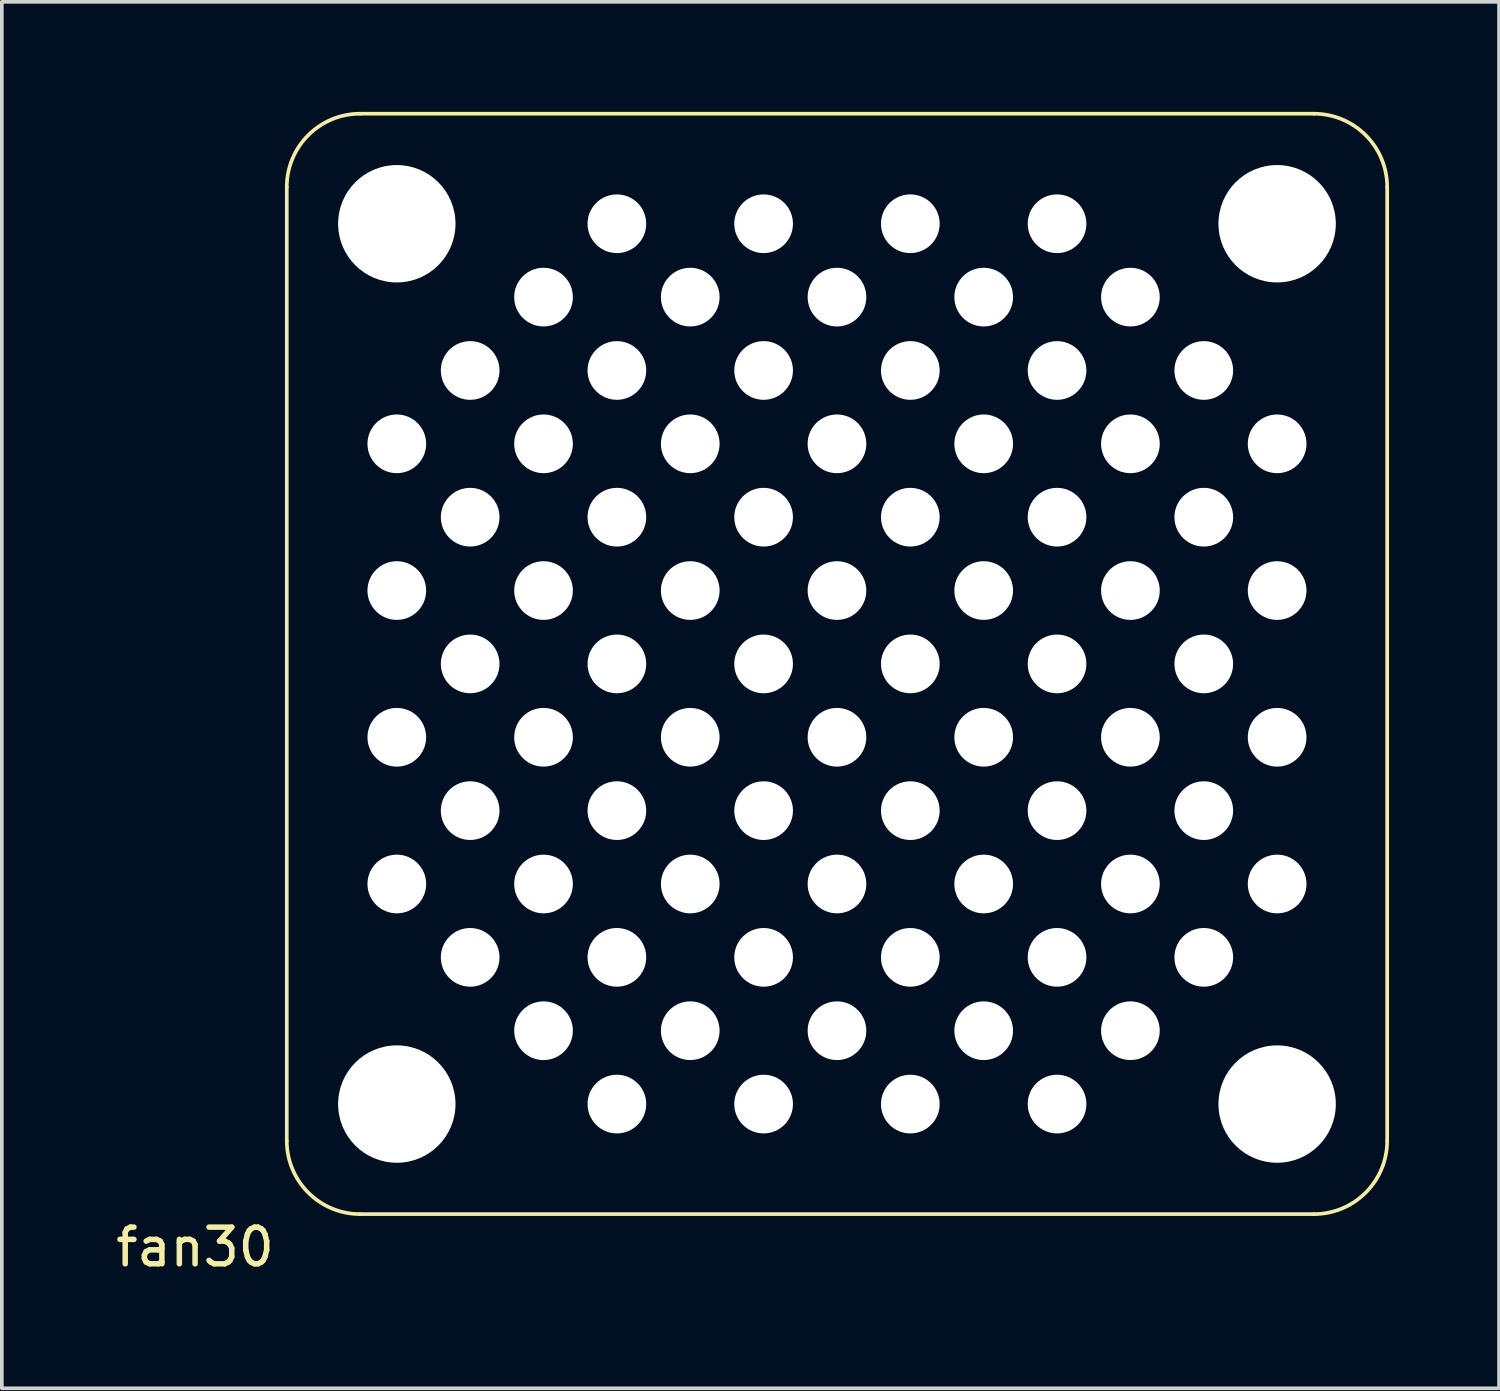
<source format=kicad_pcb>
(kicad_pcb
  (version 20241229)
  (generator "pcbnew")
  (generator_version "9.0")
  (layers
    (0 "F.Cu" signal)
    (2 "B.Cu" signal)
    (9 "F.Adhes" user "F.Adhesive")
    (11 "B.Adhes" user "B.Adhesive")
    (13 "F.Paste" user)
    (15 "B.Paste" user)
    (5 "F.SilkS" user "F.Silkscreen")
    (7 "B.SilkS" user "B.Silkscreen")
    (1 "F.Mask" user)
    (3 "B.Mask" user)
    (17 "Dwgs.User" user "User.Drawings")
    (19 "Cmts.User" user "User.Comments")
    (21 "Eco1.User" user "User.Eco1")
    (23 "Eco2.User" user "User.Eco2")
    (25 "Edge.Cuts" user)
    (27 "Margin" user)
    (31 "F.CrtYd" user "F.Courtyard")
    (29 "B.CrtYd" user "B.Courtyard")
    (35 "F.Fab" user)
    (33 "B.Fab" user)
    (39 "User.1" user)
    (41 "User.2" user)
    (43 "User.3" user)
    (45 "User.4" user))
  (footprint "fan30"
    (layer "F.Cu")
    (at 7.768 27.05)
    (property "Reference" "fan30" (at -5.5 3.9 0) (layer "F.SilkS") (effects (font (size 1 1) (thickness 0.15))))
    (attr through_hole)
    (fp_line (start -3 -25) (end -3 1) (stroke (width 0.1) (type solid)) (layer "F.SilkS"))
    (fp_line (start -1 3) (end 25 3) (stroke (width 0.1) (type solid)) (layer "F.SilkS"))
    (fp_line (start 25 -27) (end -1 -27) (stroke (width 0.1) (type solid)) (layer "F.SilkS"))
    (fp_line (start 27 1) (end 27 -25) (stroke (width 0.1) (type solid)) (layer "F.SilkS"))
    (fp_arc (start -3 -25) (mid -2.414214 -26.414214) (end -1 -27) (stroke (width 0.1) (type solid)) (layer "F.SilkS"))
    (fp_arc (start -1 3) (mid -2.414214 2.414214) (end -3 1) (stroke (width 0.1) (type solid)) (layer "F.SilkS"))
    (fp_arc (start 25 -27) (mid 26.414214 -26.414214) (end 27 -25) (stroke (width 0.1) (type solid)) (layer "F.SilkS"))
    (fp_arc (start 27 1) (mid 26.414214 2.414214) (end 25 3) (stroke (width 0.1) (type solid)) (layer "F.SilkS"))
    (pad "" np_thru_hole circle (at 0 -24) (size 3.2 3.2) (drill 3.2) (layers "*.Cu" "*.Mask"))
    (pad "" np_thru_hole circle (at 0 -18) (size 1.6 1.6) (drill 1.6) (layers "*.Cu" "*.Mask"))
    (pad "" np_thru_hole circle (at 0 -14) (size 1.6 1.6) (drill 1.6) (layers "*.Cu" "*.Mask"))
    (pad "" np_thru_hole circle (at 0 -10) (size 1.6 1.6) (drill 1.6) (layers "*.Cu" "*.Mask"))
    (pad "" np_thru_hole circle (at 0 -6) (size 1.6 1.6) (drill 1.6) (layers "*.Cu" "*.Mask"))
    (pad "" np_thru_hole circle (at 0 0) (size 3.2 3.2) (drill 3.2) (layers "*.Cu" "*.Mask"))
    (pad "" np_thru_hole circle (at 2 -20) (size 1.6 1.6) (drill 1.6) (layers "*.Cu" "*.Mask"))
    (pad "" np_thru_hole circle (at 2 -16) (size 1.6 1.6) (drill 1.6) (layers "*.Cu" "*.Mask"))
    (pad "" np_thru_hole circle (at 2 -12) (size 1.6 1.6) (drill 1.6) (layers "*.Cu" "*.Mask"))
    (pad "" np_thru_hole circle (at 2 -8) (size 1.6 1.6) (drill 1.6) (layers "*.Cu" "*.Mask"))
    (pad "" np_thru_hole circle (at 2 -4) (size 1.6 1.6) (drill 1.6) (layers "*.Cu" "*.Mask"))
    (pad "" np_thru_hole circle (at 4 -22) (size 1.6 1.6) (drill 1.6) (layers "*.Cu" "*.Mask"))
    (pad "" np_thru_hole circle (at 4 -18) (size 1.6 1.6) (drill 1.6) (layers "*.Cu" "*.Mask"))
    (pad "" np_thru_hole circle (at 4 -14) (size 1.6 1.6) (drill 1.6) (layers "*.Cu" "*.Mask"))
    (pad "" np_thru_hole circle (at 4 -10) (size 1.6 1.6) (drill 1.6) (layers "*.Cu" "*.Mask"))
    (pad "" np_thru_hole circle (at 4 -6) (size 1.6 1.6) (drill 1.6) (layers "*.Cu" "*.Mask"))
    (pad "" np_thru_hole circle (at 4 -2) (size 1.6 1.6) (drill 1.6) (layers "*.Cu" "*.Mask"))
    (pad "" np_thru_hole circle (at 6 -24) (size 1.6 1.6) (drill 1.6) (layers "*.Cu" "*.Mask"))
    (pad "" np_thru_hole circle (at 6 -20) (size 1.6 1.6) (drill 1.6) (layers "*.Cu" "*.Mask"))
    (pad "" np_thru_hole circle (at 6 -16) (size 1.6 1.6) (drill 1.6) (layers "*.Cu" "*.Mask"))
    (pad "" np_thru_hole circle (at 6 -12) (size 1.6 1.6) (drill 1.6) (layers "*.Cu" "*.Mask"))
    (pad "" np_thru_hole circle (at 6 -8) (size 1.6 1.6) (drill 1.6) (layers "*.Cu" "*.Mask"))
    (pad "" np_thru_hole circle (at 6 -4) (size 1.6 1.6) (drill 1.6) (layers "*.Cu" "*.Mask"))
    (pad "" np_thru_hole circle (at 6 0) (size 1.6 1.6) (drill 1.6) (layers "*.Cu" "*.Mask"))
    (pad "" np_thru_hole circle (at 8 -22) (size 1.6 1.6) (drill 1.6) (layers "*.Cu" "*.Mask"))
    (pad "" np_thru_hole circle (at 8 -18) (size 1.6 1.6) (drill 1.6) (layers "*.Cu" "*.Mask"))
    (pad "" np_thru_hole circle (at 8 -14) (size 1.6 1.6) (drill 1.6) (layers "*.Cu" "*.Mask"))
    (pad "" np_thru_hole circle (at 8 -10) (size 1.6 1.6) (drill 1.6) (layers "*.Cu" "*.Mask"))
    (pad "" np_thru_hole circle (at 8 -6) (size 1.6 1.6) (drill 1.6) (layers "*.Cu" "*.Mask"))
    (pad "" np_thru_hole circle (at 8 -2) (size 1.6 1.6) (drill 1.6) (layers "*.Cu" "*.Mask"))
    (pad "" np_thru_hole circle (at 10 -24) (size 1.6 1.6) (drill 1.6) (layers "*.Cu" "*.Mask"))
    (pad "" np_thru_hole circle (at 10 -20) (size 1.6 1.6) (drill 1.6) (layers "*.Cu" "*.Mask"))
    (pad "" np_thru_hole circle (at 10 -16) (size 1.6 1.6) (drill 1.6) (layers "*.Cu" "*.Mask"))
    (pad "" np_thru_hole circle (at 10 -12) (size 1.6 1.6) (drill 1.6) (layers "*.Cu" "*.Mask"))
    (pad "" np_thru_hole circle (at 10 -8) (size 1.6 1.6) (drill 1.6) (layers "*.Cu" "*.Mask"))
    (pad "" np_thru_hole circle (at 10 -4) (size 1.6 1.6) (drill 1.6) (layers "*.Cu" "*.Mask"))
    (pad "" np_thru_hole circle (at 10 0) (size 1.6 1.6) (drill 1.6) (layers "*.Cu" "*.Mask"))
    (pad "" np_thru_hole circle (at 12 -22) (size 1.6 1.6) (drill 1.6) (layers "*.Cu" "*.Mask"))
    (pad "" np_thru_hole circle (at 12 -18) (size 1.6 1.6) (drill 1.6) (layers "*.Cu" "*.Mask"))
    (pad "" np_thru_hole circle (at 12 -14) (size 1.6 1.6) (drill 1.6) (layers "*.Cu" "*.Mask"))
    (pad "" np_thru_hole circle (at 12 -10) (size 1.6 1.6) (drill 1.6) (layers "*.Cu" "*.Mask"))
    (pad "" np_thru_hole circle (at 12 -6) (size 1.6 1.6) (drill 1.6) (layers "*.Cu" "*.Mask"))
    (pad "" np_thru_hole circle (at 12 -2) (size 1.6 1.6) (drill 1.6) (layers "*.Cu" "*.Mask"))
    (pad "" np_thru_hole circle (at 14 -24) (size 1.6 1.6) (drill 1.6) (layers "*.Cu" "*.Mask"))
    (pad "" np_thru_hole circle (at 14 -20) (size 1.6 1.6) (drill 1.6) (layers "*.Cu" "*.Mask"))
    (pad "" np_thru_hole circle (at 14 -16) (size 1.6 1.6) (drill 1.6) (layers "*.Cu" "*.Mask"))
    (pad "" np_thru_hole circle (at 14 -12) (size 1.6 1.6) (drill 1.6) (layers "*.Cu" "*.Mask"))
    (pad "" np_thru_hole circle (at 14 -8) (size 1.6 1.6) (drill 1.6) (layers "*.Cu" "*.Mask"))
    (pad "" np_thru_hole circle (at 14 -4) (size 1.6 1.6) (drill 1.6) (layers "*.Cu" "*.Mask"))
    (pad "" np_thru_hole circle (at 14 0) (size 1.6 1.6) (drill 1.6) (layers "*.Cu" "*.Mask"))
    (pad "" np_thru_hole circle (at 16 -22) (size 1.6 1.6) (drill 1.6) (layers "*.Cu" "*.Mask"))
    (pad "" np_thru_hole circle (at 16 -18) (size 1.6 1.6) (drill 1.6) (layers "*.Cu" "*.Mask"))
    (pad "" np_thru_hole circle (at 16 -14) (size 1.6 1.6) (drill 1.6) (layers "*.Cu" "*.Mask"))
    (pad "" np_thru_hole circle (at 16 -10) (size 1.6 1.6) (drill 1.6) (layers "*.Cu" "*.Mask"))
    (pad "" np_thru_hole circle (at 16 -6) (size 1.6 1.6) (drill 1.6) (layers "*.Cu" "*.Mask"))
    (pad "" np_thru_hole circle (at 16 -2) (size 1.6 1.6) (drill 1.6) (layers "*.Cu" "*.Mask"))
    (pad "" np_thru_hole circle (at 18 -24) (size 1.6 1.6) (drill 1.6) (layers "*.Cu" "*.Mask"))
    (pad "" np_thru_hole circle (at 18 -20) (size 1.6 1.6) (drill 1.6) (layers "*.Cu" "*.Mask"))
    (pad "" np_thru_hole circle (at 18 -16) (size 1.6 1.6) (drill 1.6) (layers "*.Cu" "*.Mask"))
    (pad "" np_thru_hole circle (at 18 -12) (size 1.6 1.6) (drill 1.6) (layers "*.Cu" "*.Mask"))
    (pad "" np_thru_hole circle (at 18 -8) (size 1.6 1.6) (drill 1.6) (layers "*.Cu" "*.Mask"))
    (pad "" np_thru_hole circle (at 18 -4) (size 1.6 1.6) (drill 1.6) (layers "*.Cu" "*.Mask"))
    (pad "" np_thru_hole circle (at 18 0) (size 1.6 1.6) (drill 1.6) (layers "*.Cu" "*.Mask"))
    (pad "" np_thru_hole circle (at 20 -22) (size 1.6 1.6) (drill 1.6) (layers "*.Cu" "*.Mask"))
    (pad "" np_thru_hole circle (at 20 -18) (size 1.6 1.6) (drill 1.6) (layers "*.Cu" "*.Mask"))
    (pad "" np_thru_hole circle (at 20 -14) (size 1.6 1.6) (drill 1.6) (layers "*.Cu" "*.Mask"))
    (pad "" np_thru_hole circle (at 20 -10) (size 1.6 1.6) (drill 1.6) (layers "*.Cu" "*.Mask"))
    (pad "" np_thru_hole circle (at 20 -6) (size 1.6 1.6) (drill 1.6) (layers "*.Cu" "*.Mask"))
    (pad "" np_thru_hole circle (at 20 -2) (size 1.6 1.6) (drill 1.6) (layers "*.Cu" "*.Mask"))
    (pad "" np_thru_hole circle (at 22 -20) (size 1.6 1.6) (drill 1.6) (layers "*.Cu" "*.Mask"))
    (pad "" np_thru_hole circle (at 22 -16) (size 1.6 1.6) (drill 1.6) (layers "*.Cu" "*.Mask"))
    (pad "" np_thru_hole circle (at 22 -12) (size 1.6 1.6) (drill 1.6) (layers "*.Cu" "*.Mask"))
    (pad "" np_thru_hole circle (at 22 -8) (size 1.6 1.6) (drill 1.6) (layers "*.Cu" "*.Mask"))
    (pad "" np_thru_hole circle (at 22 -4) (size 1.6 1.6) (drill 1.6) (layers "*.Cu" "*.Mask"))
    (pad "" np_thru_hole circle (at 24 -24) (size 3.2 3.2) (drill 3.2) (layers "*.Cu" "*.Mask"))
    (pad "" np_thru_hole circle (at 24 -18) (size 1.6 1.6) (drill 1.6) (layers "*.Cu" "*.Mask"))
    (pad "" np_thru_hole circle (at 24 -14) (size 1.6 1.6) (drill 1.6) (layers "*.Cu" "*.Mask"))
    (pad "" np_thru_hole circle (at 24 -10) (size 1.6 1.6) (drill 1.6) (layers "*.Cu" "*.Mask"))
    (pad "" np_thru_hole circle (at 24 -6) (size 1.6 1.6) (drill 1.6) (layers "*.Cu" "*.Mask"))
    (pad "" np_thru_hole circle (at 24 0) (size 3.2 3.2) (drill 3.2) (layers "*.Cu" "*.Mask")))
  (gr_rect
    (start -3 -3)
    (end 37.818 34.798)
    (stroke (width 0.1) (type default))
    (fill no)
    (layer "Edge.Cuts")))
</source>
